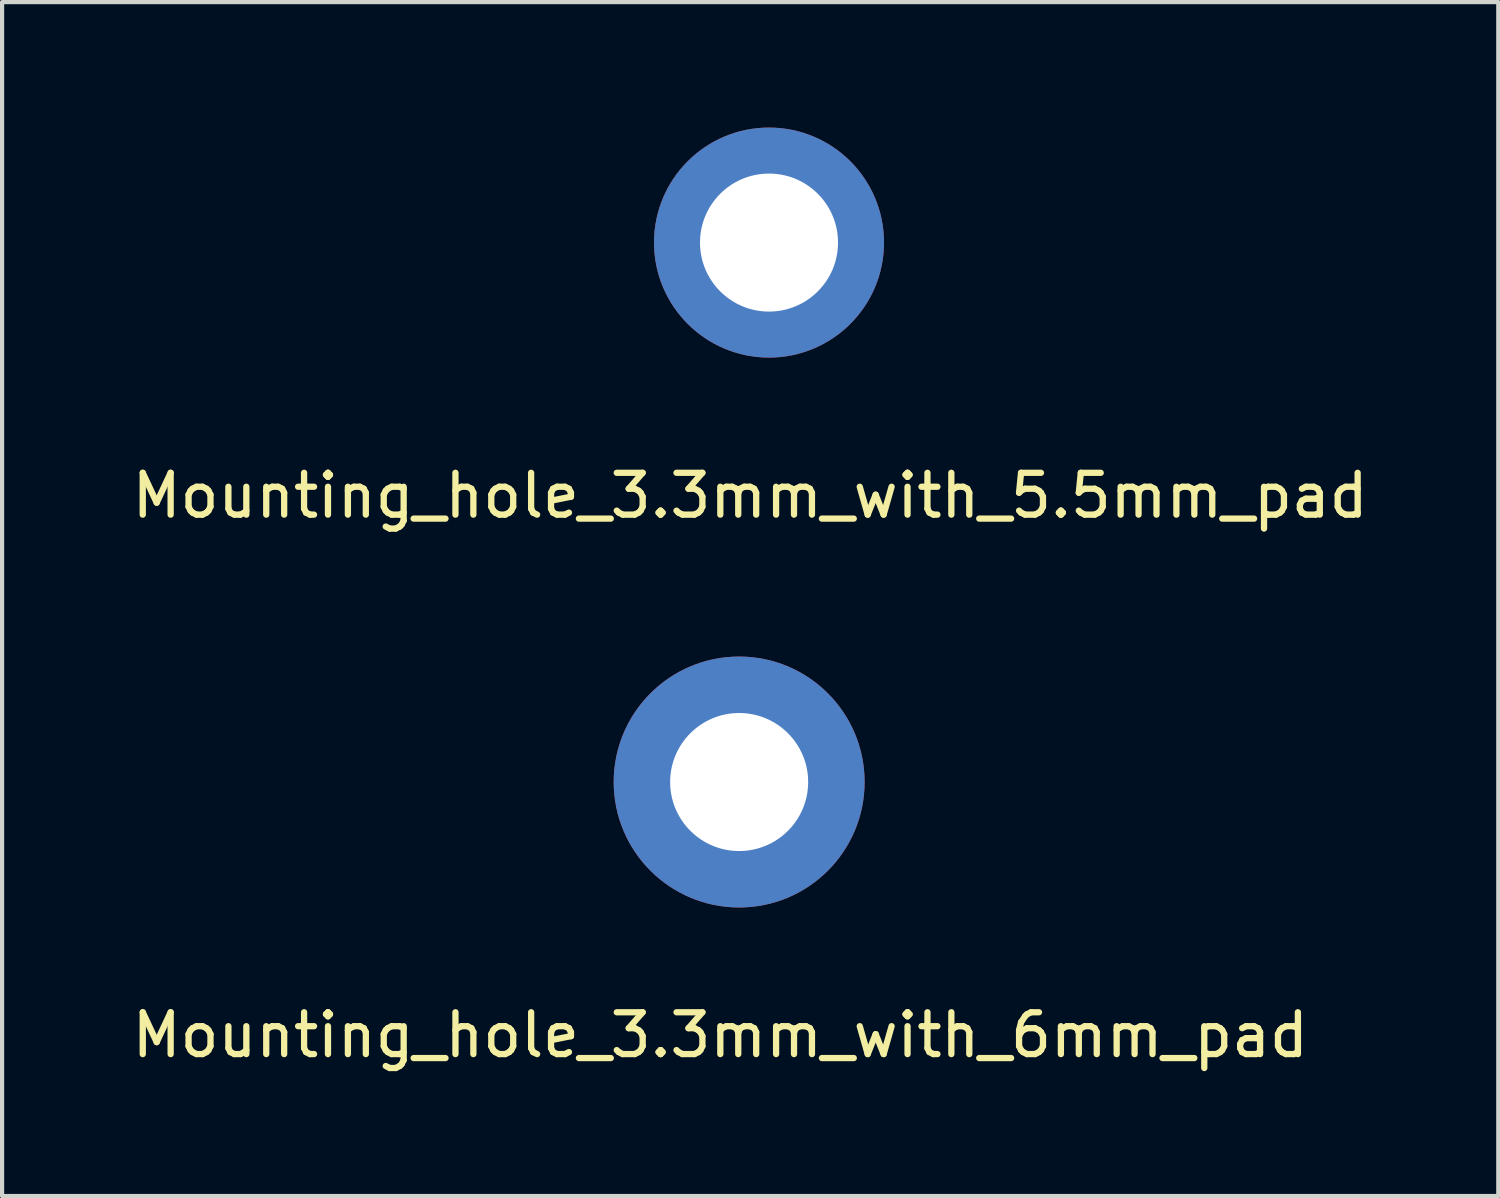
<source format=kicad_pcb>
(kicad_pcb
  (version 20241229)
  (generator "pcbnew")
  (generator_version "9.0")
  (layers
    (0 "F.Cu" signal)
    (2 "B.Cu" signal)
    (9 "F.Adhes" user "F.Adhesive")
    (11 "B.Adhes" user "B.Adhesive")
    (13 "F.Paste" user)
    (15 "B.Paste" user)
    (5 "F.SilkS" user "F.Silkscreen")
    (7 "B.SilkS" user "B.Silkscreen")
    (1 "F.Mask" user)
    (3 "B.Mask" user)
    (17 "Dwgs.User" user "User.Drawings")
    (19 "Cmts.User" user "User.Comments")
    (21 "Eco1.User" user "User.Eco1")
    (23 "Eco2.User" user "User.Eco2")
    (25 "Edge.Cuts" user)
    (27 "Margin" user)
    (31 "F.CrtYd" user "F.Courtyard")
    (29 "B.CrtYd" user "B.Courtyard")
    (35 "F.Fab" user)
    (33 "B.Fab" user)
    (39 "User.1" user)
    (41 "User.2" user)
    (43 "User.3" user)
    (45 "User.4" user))
  (footprint "Mounting_hole_3.3mm_with_6mm_pad"
    (layer "F.Cu")
    (at 14.623 15.648)
    (property "Reference" "Mounting_hole_3.3mm_with_6mm_pad" (at -0.45 6.05 0) (layer "F.SilkS") (effects (font (size 1 1) (thickness 0.15))))
    (attr through_hole)
    (pad "0" thru_hole circle (at 0 0) (size 6 6) (drill 3.3) (layers "*.Cu" "*.Mask")))
  (footprint "Mounting_hole_3.3mm_with_5.5mm_pad"
    (layer "F.Cu")
    (at 15.337 2.75)
    (property "Reference" "Mounting_hole_3.3mm_with_5.5mm_pad" (at -0.45 6.05 0) (layer "F.SilkS") (effects (font (size 1 1) (thickness 0.15))))
    (attr through_hole)
    (pad "0" thru_hole circle (at 0 0) (size 5.5 5.5) (drill 3.3) (layers "*.Cu" "*.Mask")))
  (gr_rect
    (start -3 -3)
    (end 32.774 25.547)
    (stroke (width 0.1) (type default))
    (fill no)
    (layer "Edge.Cuts")))
</source>
